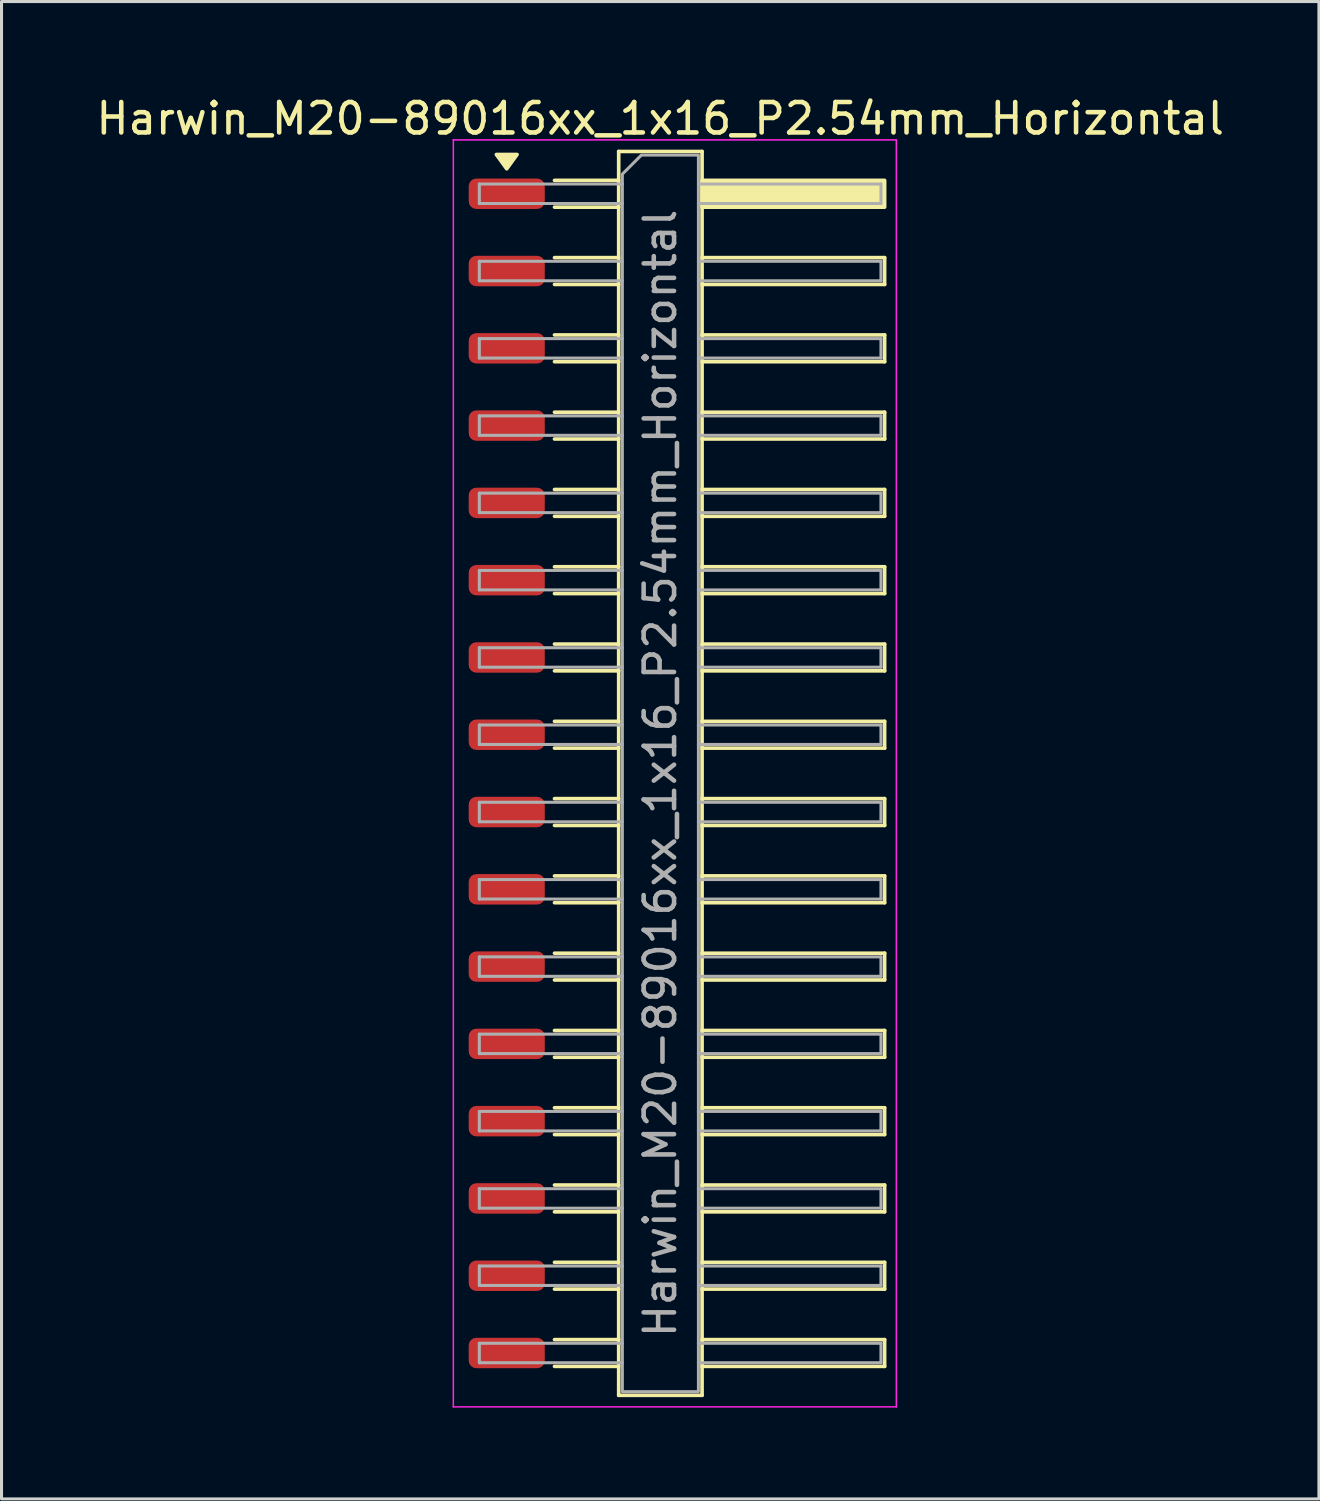
<source format=kicad_pcb>
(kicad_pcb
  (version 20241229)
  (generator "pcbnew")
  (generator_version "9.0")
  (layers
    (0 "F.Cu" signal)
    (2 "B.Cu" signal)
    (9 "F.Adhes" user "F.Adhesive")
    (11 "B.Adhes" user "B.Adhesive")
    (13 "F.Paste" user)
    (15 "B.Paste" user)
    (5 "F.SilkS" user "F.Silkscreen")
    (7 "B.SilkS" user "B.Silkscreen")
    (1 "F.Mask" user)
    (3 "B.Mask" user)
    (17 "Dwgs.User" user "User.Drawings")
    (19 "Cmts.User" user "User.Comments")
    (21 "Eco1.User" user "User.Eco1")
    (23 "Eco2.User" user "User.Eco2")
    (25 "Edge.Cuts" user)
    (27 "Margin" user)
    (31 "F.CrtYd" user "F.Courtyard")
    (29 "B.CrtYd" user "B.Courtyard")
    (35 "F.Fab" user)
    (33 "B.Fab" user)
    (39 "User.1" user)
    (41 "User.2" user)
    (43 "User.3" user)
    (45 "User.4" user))
  (footprint "Harwin_M20-89016xx_1x16_P2.54mm_Horizontal"
    (layer "F.Cu")
    (at 19.129 22.368)
    (property "Reference" "Harwin_M20-89016xx_1x16_P2.54mm_Horizontal" (at -0.48 -21.52 0) (layer "F.SilkS") (effects (font (size 1 1) (thickness 0.15))))
    (attr smd)
    (fp_line (start -3.955 -19.49) (end -1.845 -19.49) (stroke (width 0.12) (type solid)) (layer "F.SilkS"))
    (fp_line (start -3.955 -18.61) (end -1.845 -18.61) (stroke (width 0.12) (type solid)) (layer "F.SilkS"))
    (fp_line (start -3.955 -16.95) (end -1.845 -16.95) (stroke (width 0.12) (type solid)) (layer "F.SilkS"))
    (fp_line (start -3.955 -16.07) (end -1.845 -16.07) (stroke (width 0.12) (type solid)) (layer "F.SilkS"))
    (fp_line (start -3.955 -14.41) (end -1.845 -14.41) (stroke (width 0.12) (type solid)) (layer "F.SilkS"))
    (fp_line (start -3.955 -13.53) (end -1.845 -13.53) (stroke (width 0.12) (type solid)) (layer "F.SilkS"))
    (fp_line (start -3.955 -11.87) (end -1.845 -11.87) (stroke (width 0.12) (type solid)) (layer "F.SilkS"))
    (fp_line (start -3.955 -10.99) (end -1.845 -10.99) (stroke (width 0.12) (type solid)) (layer "F.SilkS"))
    (fp_line (start -3.955 -9.33) (end -1.845 -9.33) (stroke (width 0.12) (type solid)) (layer "F.SilkS"))
    (fp_line (start -3.955 -8.45) (end -1.845 -8.45) (stroke (width 0.12) (type solid)) (layer "F.SilkS"))
    (fp_line (start -3.955 -6.79) (end -1.845 -6.79) (stroke (width 0.12) (type solid)) (layer "F.SilkS"))
    (fp_line (start -3.955 -5.91) (end -1.845 -5.91) (stroke (width 0.12) (type solid)) (layer "F.SilkS"))
    (fp_line (start -3.955 -4.25) (end -1.845 -4.25) (stroke (width 0.12) (type solid)) (layer "F.SilkS"))
    (fp_line (start -3.955 -3.37) (end -1.845 -3.37) (stroke (width 0.12) (type solid)) (layer "F.SilkS"))
    (fp_line (start -3.955 -1.71) (end -1.845 -1.71) (stroke (width 0.12) (type solid)) (layer "F.SilkS"))
    (fp_line (start -3.955 -0.83) (end -1.845 -0.83) (stroke (width 0.12) (type solid)) (layer "F.SilkS"))
    (fp_line (start -3.955 0.83) (end -1.845 0.83) (stroke (width 0.12) (type solid)) (layer "F.SilkS"))
    (fp_line (start -3.955 1.71) (end -1.845 1.71) (stroke (width 0.12) (type solid)) (layer "F.SilkS"))
    (fp_line (start -3.955 3.37) (end -1.845 3.37) (stroke (width 0.12) (type solid)) (layer "F.SilkS"))
    (fp_line (start -3.955 4.25) (end -1.845 4.25) (stroke (width 0.12) (type solid)) (layer "F.SilkS"))
    (fp_line (start -3.955 5.91) (end -1.845 5.91) (stroke (width 0.12) (type solid)) (layer "F.SilkS"))
    (fp_line (start -3.955 6.79) (end -1.845 6.79) (stroke (width 0.12) (type solid)) (layer "F.SilkS"))
    (fp_line (start -3.955 8.45) (end -1.845 8.45) (stroke (width 0.12) (type solid)) (layer "F.SilkS"))
    (fp_line (start -3.955 9.33) (end -1.845 9.33) (stroke (width 0.12) (type solid)) (layer "F.SilkS"))
    (fp_line (start -3.955 10.99) (end -1.845 10.99) (stroke (width 0.12) (type solid)) (layer "F.SilkS"))
    (fp_line (start -3.955 11.87) (end -1.845 11.87) (stroke (width 0.12) (type solid)) (layer "F.SilkS"))
    (fp_line (start -3.955 13.53) (end -1.845 13.53) (stroke (width 0.12) (type solid)) (layer "F.SilkS"))
    (fp_line (start -3.955 14.41) (end -1.845 14.41) (stroke (width 0.12) (type solid)) (layer "F.SilkS"))
    (fp_line (start -3.955 16.07) (end -1.845 16.07) (stroke (width 0.12) (type solid)) (layer "F.SilkS"))
    (fp_line (start -3.955 16.95) (end -1.845 16.95) (stroke (width 0.12) (type solid)) (layer "F.SilkS"))
    (fp_line (start -3.955 18.61) (end -1.845 18.61) (stroke (width 0.12) (type solid)) (layer "F.SilkS"))
    (fp_line (start -3.955 19.49) (end -1.845 19.49) (stroke (width 0.12) (type solid)) (layer "F.SilkS"))
    (fp_line (start -1.845 -20.44) (end 0.895 -20.44) (stroke (width 0.12) (type solid)) (layer "F.SilkS"))
    (fp_line (start -1.845 20.44) (end -1.845 -20.44) (stroke (width 0.12) (type solid)) (layer "F.SilkS"))
    (fp_line (start 0.895 -20.44) (end 0.895 20.44) (stroke (width 0.12) (type solid)) (layer "F.SilkS"))
    (fp_line (start 0.895 -16.95) (end 6.895 -16.95) (stroke (width 0.12) (type solid)) (layer "F.SilkS"))
    (fp_line (start 0.895 -14.41) (end 6.895 -14.41) (stroke (width 0.12) (type solid)) (layer "F.SilkS"))
    (fp_line (start 0.895 -11.87) (end 6.895 -11.87) (stroke (width 0.12) (type solid)) (layer "F.SilkS"))
    (fp_line (start 0.895 -9.33) (end 6.895 -9.33) (stroke (width 0.12) (type solid)) (layer "F.SilkS"))
    (fp_line (start 0.895 -6.79) (end 6.895 -6.79) (stroke (width 0.12) (type solid)) (layer "F.SilkS"))
    (fp_line (start 0.895 -4.25) (end 6.895 -4.25) (stroke (width 0.12) (type solid)) (layer "F.SilkS"))
    (fp_line (start 0.895 -1.71) (end 6.895 -1.71) (stroke (width 0.12) (type solid)) (layer "F.SilkS"))
    (fp_line (start 0.895 0.83) (end 6.895 0.83) (stroke (width 0.12) (type solid)) (layer "F.SilkS"))
    (fp_line (start 0.895 3.37) (end 6.895 3.37) (stroke (width 0.12) (type solid)) (layer "F.SilkS"))
    (fp_line (start 0.895 5.91) (end 6.895 5.91) (stroke (width 0.12) (type solid)) (layer "F.SilkS"))
    (fp_line (start 0.895 8.45) (end 6.895 8.45) (stroke (width 0.12) (type solid)) (layer "F.SilkS"))
    (fp_line (start 0.895 10.99) (end 6.895 10.99) (stroke (width 0.12) (type solid)) (layer "F.SilkS"))
    (fp_line (start 0.895 13.53) (end 6.895 13.53) (stroke (width 0.12) (type solid)) (layer "F.SilkS"))
    (fp_line (start 0.895 16.07) (end 6.895 16.07) (stroke (width 0.12) (type solid)) (layer "F.SilkS"))
    (fp_line (start 0.895 18.61) (end 6.895 18.61) (stroke (width 0.12) (type solid)) (layer "F.SilkS"))
    (fp_line (start 0.895 20.44) (end -1.845 20.44) (stroke (width 0.12) (type solid)) (layer "F.SilkS"))
    (fp_line (start 6.895 -16.95) (end 6.895 -16.07) (stroke (width 0.12) (type solid)) (layer "F.SilkS"))
    (fp_line (start 6.895 -16.07) (end 0.895 -16.07) (stroke (width 0.12) (type solid)) (layer "F.SilkS"))
    (fp_line (start 6.895 -14.41) (end 6.895 -13.53) (stroke (width 0.12) (type solid)) (layer "F.SilkS"))
    (fp_line (start 6.895 -13.53) (end 0.895 -13.53) (stroke (width 0.12) (type solid)) (layer "F.SilkS"))
    (fp_line (start 6.895 -11.87) (end 6.895 -10.99) (stroke (width 0.12) (type solid)) (layer "F.SilkS"))
    (fp_line (start 6.895 -10.99) (end 0.895 -10.99) (stroke (width 0.12) (type solid)) (layer "F.SilkS"))
    (fp_line (start 6.895 -9.33) (end 6.895 -8.45) (stroke (width 0.12) (type solid)) (layer "F.SilkS"))
    (fp_line (start 6.895 -8.45) (end 0.895 -8.45) (stroke (width 0.12) (type solid)) (layer "F.SilkS"))
    (fp_line (start 6.895 -6.79) (end 6.895 -5.91) (stroke (width 0.12) (type solid)) (layer "F.SilkS"))
    (fp_line (start 6.895 -5.91) (end 0.895 -5.91) (stroke (width 0.12) (type solid)) (layer "F.SilkS"))
    (fp_line (start 6.895 -4.25) (end 6.895 -3.37) (stroke (width 0.12) (type solid)) (layer "F.SilkS"))
    (fp_line (start 6.895 -3.37) (end 0.895 -3.37) (stroke (width 0.12) (type solid)) (layer "F.SilkS"))
    (fp_line (start 6.895 -1.71) (end 6.895 -0.83) (stroke (width 0.12) (type solid)) (layer "F.SilkS"))
    (fp_line (start 6.895 -0.83) (end 0.895 -0.83) (stroke (width 0.12) (type solid)) (layer "F.SilkS"))
    (fp_line (start 6.895 0.83) (end 6.895 1.71) (stroke (width 0.12) (type solid)) (layer "F.SilkS"))
    (fp_line (start 6.895 1.71) (end 0.895 1.71) (stroke (width 0.12) (type solid)) (layer "F.SilkS"))
    (fp_line (start 6.895 3.37) (end 6.895 4.25) (stroke (width 0.12) (type solid)) (layer "F.SilkS"))
    (fp_line (start 6.895 4.25) (end 0.895 4.25) (stroke (width 0.12) (type solid)) (layer "F.SilkS"))
    (fp_line (start 6.895 5.91) (end 6.895 6.79) (stroke (width 0.12) (type solid)) (layer "F.SilkS"))
    (fp_line (start 6.895 6.79) (end 0.895 6.79) (stroke (width 0.12) (type solid)) (layer "F.SilkS"))
    (fp_line (start 6.895 8.45) (end 6.895 9.33) (stroke (width 0.12) (type solid)) (layer "F.SilkS"))
    (fp_line (start 6.895 9.33) (end 0.895 9.33) (stroke (width 0.12) (type solid)) (layer "F.SilkS"))
    (fp_line (start 6.895 10.99) (end 6.895 11.87) (stroke (width 0.12) (type solid)) (layer "F.SilkS"))
    (fp_line (start 6.895 11.87) (end 0.895 11.87) (stroke (width 0.12) (type solid)) (layer "F.SilkS"))
    (fp_line (start 6.895 13.53) (end 6.895 14.41) (stroke (width 0.12) (type solid)) (layer "F.SilkS"))
    (fp_line (start 6.895 14.41) (end 0.895 14.41) (stroke (width 0.12) (type solid)) (layer "F.SilkS"))
    (fp_line (start 6.895 16.07) (end 6.895 16.95) (stroke (width 0.12) (type solid)) (layer "F.SilkS"))
    (fp_line (start 6.895 16.95) (end 0.895 16.95) (stroke (width 0.12) (type solid)) (layer "F.SilkS"))
    (fp_line (start 6.895 18.61) (end 6.895 19.49) (stroke (width 0.12) (type solid)) (layer "F.SilkS"))
    (fp_line (start 6.895 19.49) (end 0.895 19.49) (stroke (width 0.12) (type solid)) (layer "F.SilkS"))
    (fp_rect (start 0.895 -19.49) (end 6.895 -18.61) (stroke (width 0.12) (type solid)) (fill yes) (layer "F.SilkS"))
    (fp_poly (pts (xy -5.525 -19.87) (xy -5.865 -20.34) (xy -5.185 -20.34)) (stroke (width 0.12) (type solid)) (fill yes) (layer "F.SilkS"))
    (fp_line (start -7.28 -20.82) (end 7.28 -20.82) (stroke (width 0.05) (type solid)) (layer "F.CrtYd"))
    (fp_line (start -7.28 20.82) (end -7.28 -20.82) (stroke (width 0.05) (type solid)) (layer "F.CrtYd"))
    (fp_line (start 7.28 -20.82) (end 7.28 20.82) (stroke (width 0.05) (type solid)) (layer "F.CrtYd"))
    (fp_line (start 7.28 20.82) (end -7.28 20.82) (stroke (width 0.05) (type solid)) (layer "F.CrtYd"))
    (fp_line (start -6.425 -19.37) (end -6.425 -18.73) (stroke (width 0.1) (type solid)) (layer "F.Fab"))
    (fp_line (start -6.425 -18.73) (end -1.725 -18.73) (stroke (width 0.1) (type solid)) (layer "F.Fab"))
    (fp_line (start -6.425 -16.83) (end -6.425 -16.19) (stroke (width 0.1) (type solid)) (layer "F.Fab"))
    (fp_line (start -6.425 -16.19) (end -1.725 -16.19) (stroke (width 0.1) (type solid)) (layer "F.Fab"))
    (fp_line (start -6.425 -14.29) (end -6.425 -13.65) (stroke (width 0.1) (type solid)) (layer "F.Fab"))
    (fp_line (start -6.425 -13.65) (end -1.725 -13.65) (stroke (width 0.1) (type solid)) (layer "F.Fab"))
    (fp_line (start -6.425 -11.75) (end -6.425 -11.11) (stroke (width 0.1) (type solid)) (layer "F.Fab"))
    (fp_line (start -6.425 -11.11) (end -1.725 -11.11) (stroke (width 0.1) (type solid)) (layer "F.Fab"))
    (fp_line (start -6.425 -9.21) (end -6.425 -8.57) (stroke (width 0.1) (type solid)) (layer "F.Fab"))
    (fp_line (start -6.425 -8.57) (end -1.725 -8.57) (stroke (width 0.1) (type solid)) (layer "F.Fab"))
    (fp_line (start -6.425 -6.67) (end -6.425 -6.03) (stroke (width 0.1) (type solid)) (layer "F.Fab"))
    (fp_line (start -6.425 -6.03) (end -1.725 -6.03) (stroke (width 0.1) (type solid)) (layer "F.Fab"))
    (fp_line (start -6.425 -4.13) (end -6.425 -3.49) (stroke (width 0.1) (type solid)) (layer "F.Fab"))
    (fp_line (start -6.425 -3.49) (end -1.725 -3.49) (stroke (width 0.1) (type solid)) (layer "F.Fab"))
    (fp_line (start -6.425 -1.59) (end -6.425 -0.95) (stroke (width 0.1) (type solid)) (layer "F.Fab"))
    (fp_line (start -6.425 -0.95) (end -1.725 -0.95) (stroke (width 0.1) (type solid)) (layer "F.Fab"))
    (fp_line (start -6.425 0.95) (end -6.425 1.59) (stroke (width 0.1) (type solid)) (layer "F.Fab"))
    (fp_line (start -6.425 1.59) (end -1.725 1.59) (stroke (width 0.1) (type solid)) (layer "F.Fab"))
    (fp_line (start -6.425 3.49) (end -6.425 4.13) (stroke (width 0.1) (type solid)) (layer "F.Fab"))
    (fp_line (start -6.425 4.13) (end -1.725 4.13) (stroke (width 0.1) (type solid)) (layer "F.Fab"))
    (fp_line (start -6.425 6.03) (end -6.425 6.67) (stroke (width 0.1) (type solid)) (layer "F.Fab"))
    (fp_line (start -6.425 6.67) (end -1.725 6.67) (stroke (width 0.1) (type solid)) (layer "F.Fab"))
    (fp_line (start -6.425 8.57) (end -6.425 9.21) (stroke (width 0.1) (type solid)) (layer "F.Fab"))
    (fp_line (start -6.425 9.21) (end -1.725 9.21) (stroke (width 0.1) (type solid)) (layer "F.Fab"))
    (fp_line (start -6.425 11.11) (end -6.425 11.75) (stroke (width 0.1) (type solid)) (layer "F.Fab"))
    (fp_line (start -6.425 11.75) (end -1.725 11.75) (stroke (width 0.1) (type solid)) (layer "F.Fab"))
    (fp_line (start -6.425 13.65) (end -6.425 14.29) (stroke (width 0.1) (type solid)) (layer "F.Fab"))
    (fp_line (start -6.425 14.29) (end -1.725 14.29) (stroke (width 0.1) (type solid)) (layer "F.Fab"))
    (fp_line (start -6.425 16.19) (end -6.425 16.83) (stroke (width 0.1) (type solid)) (layer "F.Fab"))
    (fp_line (start -6.425 16.83) (end -1.725 16.83) (stroke (width 0.1) (type solid)) (layer "F.Fab"))
    (fp_line (start -6.425 18.73) (end -6.425 19.37) (stroke (width 0.1) (type solid)) (layer "F.Fab"))
    (fp_line (start -6.425 19.37) (end -1.725 19.37) (stroke (width 0.1) (type solid)) (layer "F.Fab"))
    (fp_line (start -1.725 -19.37) (end -6.425 -19.37) (stroke (width 0.1) (type solid)) (layer "F.Fab"))
    (fp_line (start -1.725 -16.83) (end -6.425 -16.83) (stroke (width 0.1) (type solid)) (layer "F.Fab"))
    (fp_line (start -1.725 -14.29) (end -6.425 -14.29) (stroke (width 0.1) (type solid)) (layer "F.Fab"))
    (fp_line (start -1.725 -11.75) (end -6.425 -11.75) (stroke (width 0.1) (type solid)) (layer "F.Fab"))
    (fp_line (start -1.725 -9.21) (end -6.425 -9.21) (stroke (width 0.1) (type solid)) (layer "F.Fab"))
    (fp_line (start -1.725 -6.67) (end -6.425 -6.67) (stroke (width 0.1) (type solid)) (layer "F.Fab"))
    (fp_line (start -1.725 -4.13) (end -6.425 -4.13) (stroke (width 0.1) (type solid)) (layer "F.Fab"))
    (fp_line (start -1.725 -1.59) (end -6.425 -1.59) (stroke (width 0.1) (type solid)) (layer "F.Fab"))
    (fp_line (start -1.725 0.95) (end -6.425 0.95) (stroke (width 0.1) (type solid)) (layer "F.Fab"))
    (fp_line (start -1.725 3.49) (end -6.425 3.49) (stroke (width 0.1) (type solid)) (layer "F.Fab"))
    (fp_line (start -1.725 6.03) (end -6.425 6.03) (stroke (width 0.1) (type solid)) (layer "F.Fab"))
    (fp_line (start -1.725 8.57) (end -6.425 8.57) (stroke (width 0.1) (type solid)) (layer "F.Fab"))
    (fp_line (start -1.725 11.11) (end -6.425 11.11) (stroke (width 0.1) (type solid)) (layer "F.Fab"))
    (fp_line (start -1.725 13.65) (end -6.425 13.65) (stroke (width 0.1) (type solid)) (layer "F.Fab"))
    (fp_line (start -1.725 16.19) (end -6.425 16.19) (stroke (width 0.1) (type solid)) (layer "F.Fab"))
    (fp_line (start -1.725 18.73) (end -6.425 18.73) (stroke (width 0.1) (type solid)) (layer "F.Fab"))
    (fp_line (start 0.775 -19.37) (end 6.775 -19.37) (stroke (width 0.1) (type solid)) (layer "F.Fab"))
    (fp_line (start 0.775 -16.83) (end 6.775 -16.83) (stroke (width 0.1) (type solid)) (layer "F.Fab"))
    (fp_line (start 0.775 -14.29) (end 6.775 -14.29) (stroke (width 0.1) (type solid)) (layer "F.Fab"))
    (fp_line (start 0.775 -11.75) (end 6.775 -11.75) (stroke (width 0.1) (type solid)) (layer "F.Fab"))
    (fp_line (start 0.775 -9.21) (end 6.775 -9.21) (stroke (width 0.1) (type solid)) (layer "F.Fab"))
    (fp_line (start 0.775 -6.67) (end 6.775 -6.67) (stroke (width 0.1) (type solid)) (layer "F.Fab"))
    (fp_line (start 0.775 -4.13) (end 6.775 -4.13) (stroke (width 0.1) (type solid)) (layer "F.Fab"))
    (fp_line (start 0.775 -1.59) (end 6.775 -1.59) (stroke (width 0.1) (type solid)) (layer "F.Fab"))
    (fp_line (start 0.775 0.95) (end 6.775 0.95) (stroke (width 0.1) (type solid)) (layer "F.Fab"))
    (fp_line (start 0.775 3.49) (end 6.775 3.49) (stroke (width 0.1) (type solid)) (layer "F.Fab"))
    (fp_line (start 0.775 6.03) (end 6.775 6.03) (stroke (width 0.1) (type solid)) (layer "F.Fab"))
    (fp_line (start 0.775 8.57) (end 6.775 8.57) (stroke (width 0.1) (type solid)) (layer "F.Fab"))
    (fp_line (start 0.775 11.11) (end 6.775 11.11) (stroke (width 0.1) (type solid)) (layer "F.Fab"))
    (fp_line (start 0.775 13.65) (end 6.775 13.65) (stroke (width 0.1) (type solid)) (layer "F.Fab"))
    (fp_line (start 0.775 16.19) (end 6.775 16.19) (stroke (width 0.1) (type solid)) (layer "F.Fab"))
    (fp_line (start 0.775 18.73) (end 6.775 18.73) (stroke (width 0.1) (type solid)) (layer "F.Fab"))
    (fp_line (start 6.775 -19.37) (end 6.775 -18.73) (stroke (width 0.1) (type solid)) (layer "F.Fab"))
    (fp_line (start 6.775 -18.73) (end 0.775 -18.73) (stroke (width 0.1) (type solid)) (layer "F.Fab"))
    (fp_line (start 6.775 -16.83) (end 6.775 -16.19) (stroke (width 0.1) (type solid)) (layer "F.Fab"))
    (fp_line (start 6.775 -16.19) (end 0.775 -16.19) (stroke (width 0.1) (type solid)) (layer "F.Fab"))
    (fp_line (start 6.775 -14.29) (end 6.775 -13.65) (stroke (width 0.1) (type solid)) (layer "F.Fab"))
    (fp_line (start 6.775 -13.65) (end 0.775 -13.65) (stroke (width 0.1) (type solid)) (layer "F.Fab"))
    (fp_line (start 6.775 -11.75) (end 6.775 -11.11) (stroke (width 0.1) (type solid)) (layer "F.Fab"))
    (fp_line (start 6.775 -11.11) (end 0.775 -11.11) (stroke (width 0.1) (type solid)) (layer "F.Fab"))
    (fp_line (start 6.775 -9.21) (end 6.775 -8.57) (stroke (width 0.1) (type solid)) (layer "F.Fab"))
    (fp_line (start 6.775 -8.57) (end 0.775 -8.57) (stroke (width 0.1) (type solid)) (layer "F.Fab"))
    (fp_line (start 6.775 -6.67) (end 6.775 -6.03) (stroke (width 0.1) (type solid)) (layer "F.Fab"))
    (fp_line (start 6.775 -6.03) (end 0.775 -6.03) (stroke (width 0.1) (type solid)) (layer "F.Fab"))
    (fp_line (start 6.775 -4.13) (end 6.775 -3.49) (stroke (width 0.1) (type solid)) (layer "F.Fab"))
    (fp_line (start 6.775 -3.49) (end 0.775 -3.49) (stroke (width 0.1) (type solid)) (layer "F.Fab"))
    (fp_line (start 6.775 -1.59) (end 6.775 -0.95) (stroke (width 0.1) (type solid)) (layer "F.Fab"))
    (fp_line (start 6.775 -0.95) (end 0.775 -0.95) (stroke (width 0.1) (type solid)) (layer "F.Fab"))
    (fp_line (start 6.775 0.95) (end 6.775 1.59) (stroke (width 0.1) (type solid)) (layer "F.Fab"))
    (fp_line (start 6.775 1.59) (end 0.775 1.59) (stroke (width 0.1) (type solid)) (layer "F.Fab"))
    (fp_line (start 6.775 3.49) (end 6.775 4.13) (stroke (width 0.1) (type solid)) (layer "F.Fab"))
    (fp_line (start 6.775 4.13) (end 0.775 4.13) (stroke (width 0.1) (type solid)) (layer "F.Fab"))
    (fp_line (start 6.775 6.03) (end 6.775 6.67) (stroke (width 0.1) (type solid)) (layer "F.Fab"))
    (fp_line (start 6.775 6.67) (end 0.775 6.67) (stroke (width 0.1) (type solid)) (layer "F.Fab"))
    (fp_line (start 6.775 8.57) (end 6.775 9.21) (stroke (width 0.1) (type solid)) (layer "F.Fab"))
    (fp_line (start 6.775 9.21) (end 0.775 9.21) (stroke (width 0.1) (type solid)) (layer "F.Fab"))
    (fp_line (start 6.775 11.11) (end 6.775 11.75) (stroke (width 0.1) (type solid)) (layer "F.Fab"))
    (fp_line (start 6.775 11.75) (end 0.775 11.75) (stroke (width 0.1) (type solid)) (layer "F.Fab"))
    (fp_line (start 6.775 13.65) (end 6.775 14.29) (stroke (width 0.1) (type solid)) (layer "F.Fab"))
    (fp_line (start 6.775 14.29) (end 0.775 14.29) (stroke (width 0.1) (type solid)) (layer "F.Fab"))
    (fp_line (start 6.775 16.19) (end 6.775 16.83) (stroke (width 0.1) (type solid)) (layer "F.Fab"))
    (fp_line (start 6.775 16.83) (end 0.775 16.83) (stroke (width 0.1) (type solid)) (layer "F.Fab"))
    (fp_line (start 6.775 18.73) (end 6.775 19.37) (stroke (width 0.1) (type solid)) (layer "F.Fab"))
    (fp_line (start 6.775 19.37) (end 0.775 19.37) (stroke (width 0.1) (type solid)) (layer "F.Fab"))
    (fp_poly (pts (xy -1.725 -19.695) (xy -1.725 20.32) (xy 0.775 20.32) (xy 0.775 -20.32) (xy -1.1 -20.32)) (stroke (width 0.1) (type solid)) (fill no) (layer "F.Fab"))
    (fp_text user "${REFERENCE}" (at -0.48 0 90) (layer "F.Fab") (effects (font (size 1 1) (thickness 0.15))))
    (pad "1" smd roundrect (at -5.525 -19.05) (size 2.5 1) (layers "F.Cu" "F.Mask" "F.Paste") (roundrect_rratio 0.25))
    (pad "2" smd roundrect (at -5.525 -16.51) (size 2.5 1) (layers "F.Cu" "F.Mask" "F.Paste") (roundrect_rratio 0.25))
    (pad "3" smd roundrect (at -5.525 -13.97) (size 2.5 1) (layers "F.Cu" "F.Mask" "F.Paste") (roundrect_rratio 0.25))
    (pad "4" smd roundrect (at -5.525 -11.43) (size 2.5 1) (layers "F.Cu" "F.Mask" "F.Paste") (roundrect_rratio 0.25))
    (pad "5" smd roundrect (at -5.525 -8.89) (size 2.5 1) (layers "F.Cu" "F.Mask" "F.Paste") (roundrect_rratio 0.25))
    (pad "6" smd roundrect (at -5.525 -6.35) (size 2.5 1) (layers "F.Cu" "F.Mask" "F.Paste") (roundrect_rratio 0.25))
    (pad "7" smd roundrect (at -5.525 -3.81) (size 2.5 1) (layers "F.Cu" "F.Mask" "F.Paste") (roundrect_rratio 0.25))
    (pad "8" smd roundrect (at -5.525 -1.27) (size 2.5 1) (layers "F.Cu" "F.Mask" "F.Paste") (roundrect_rratio 0.25))
    (pad "9" smd roundrect (at -5.525 1.27) (size 2.5 1) (layers "F.Cu" "F.Mask" "F.Paste") (roundrect_rratio 0.25))
    (pad "10" smd roundrect (at -5.525 3.81) (size 2.5 1) (layers "F.Cu" "F.Mask" "F.Paste") (roundrect_rratio 0.25))
    (pad "11" smd roundrect (at -5.525 6.35) (size 2.5 1) (layers "F.Cu" "F.Mask" "F.Paste") (roundrect_rratio 0.25))
    (pad "12" smd roundrect (at -5.525 8.89) (size 2.5 1) (layers "F.Cu" "F.Mask" "F.Paste") (roundrect_rratio 0.25))
    (pad "13" smd roundrect (at -5.525 11.43) (size 2.5 1) (layers "F.Cu" "F.Mask" "F.Paste") (roundrect_rratio 0.25))
    (pad "14" smd roundrect (at -5.525 13.97) (size 2.5 1) (layers "F.Cu" "F.Mask" "F.Paste") (roundrect_rratio 0.25))
    (pad "15" smd roundrect (at -5.525 16.51) (size 2.5 1) (layers "F.Cu" "F.Mask" "F.Paste") (roundrect_rratio 0.25))
    (pad "16" smd roundrect (at -5.525 19.05) (size 2.5 1) (layers "F.Cu" "F.Mask" "F.Paste") (roundrect_rratio 0.25)))
  (gr_rect
    (start -3 -3)
    (end 40.298 46.213)
    (stroke (width 0.1) (type default))
    (fill no)
    (layer "Edge.Cuts")))
</source>
